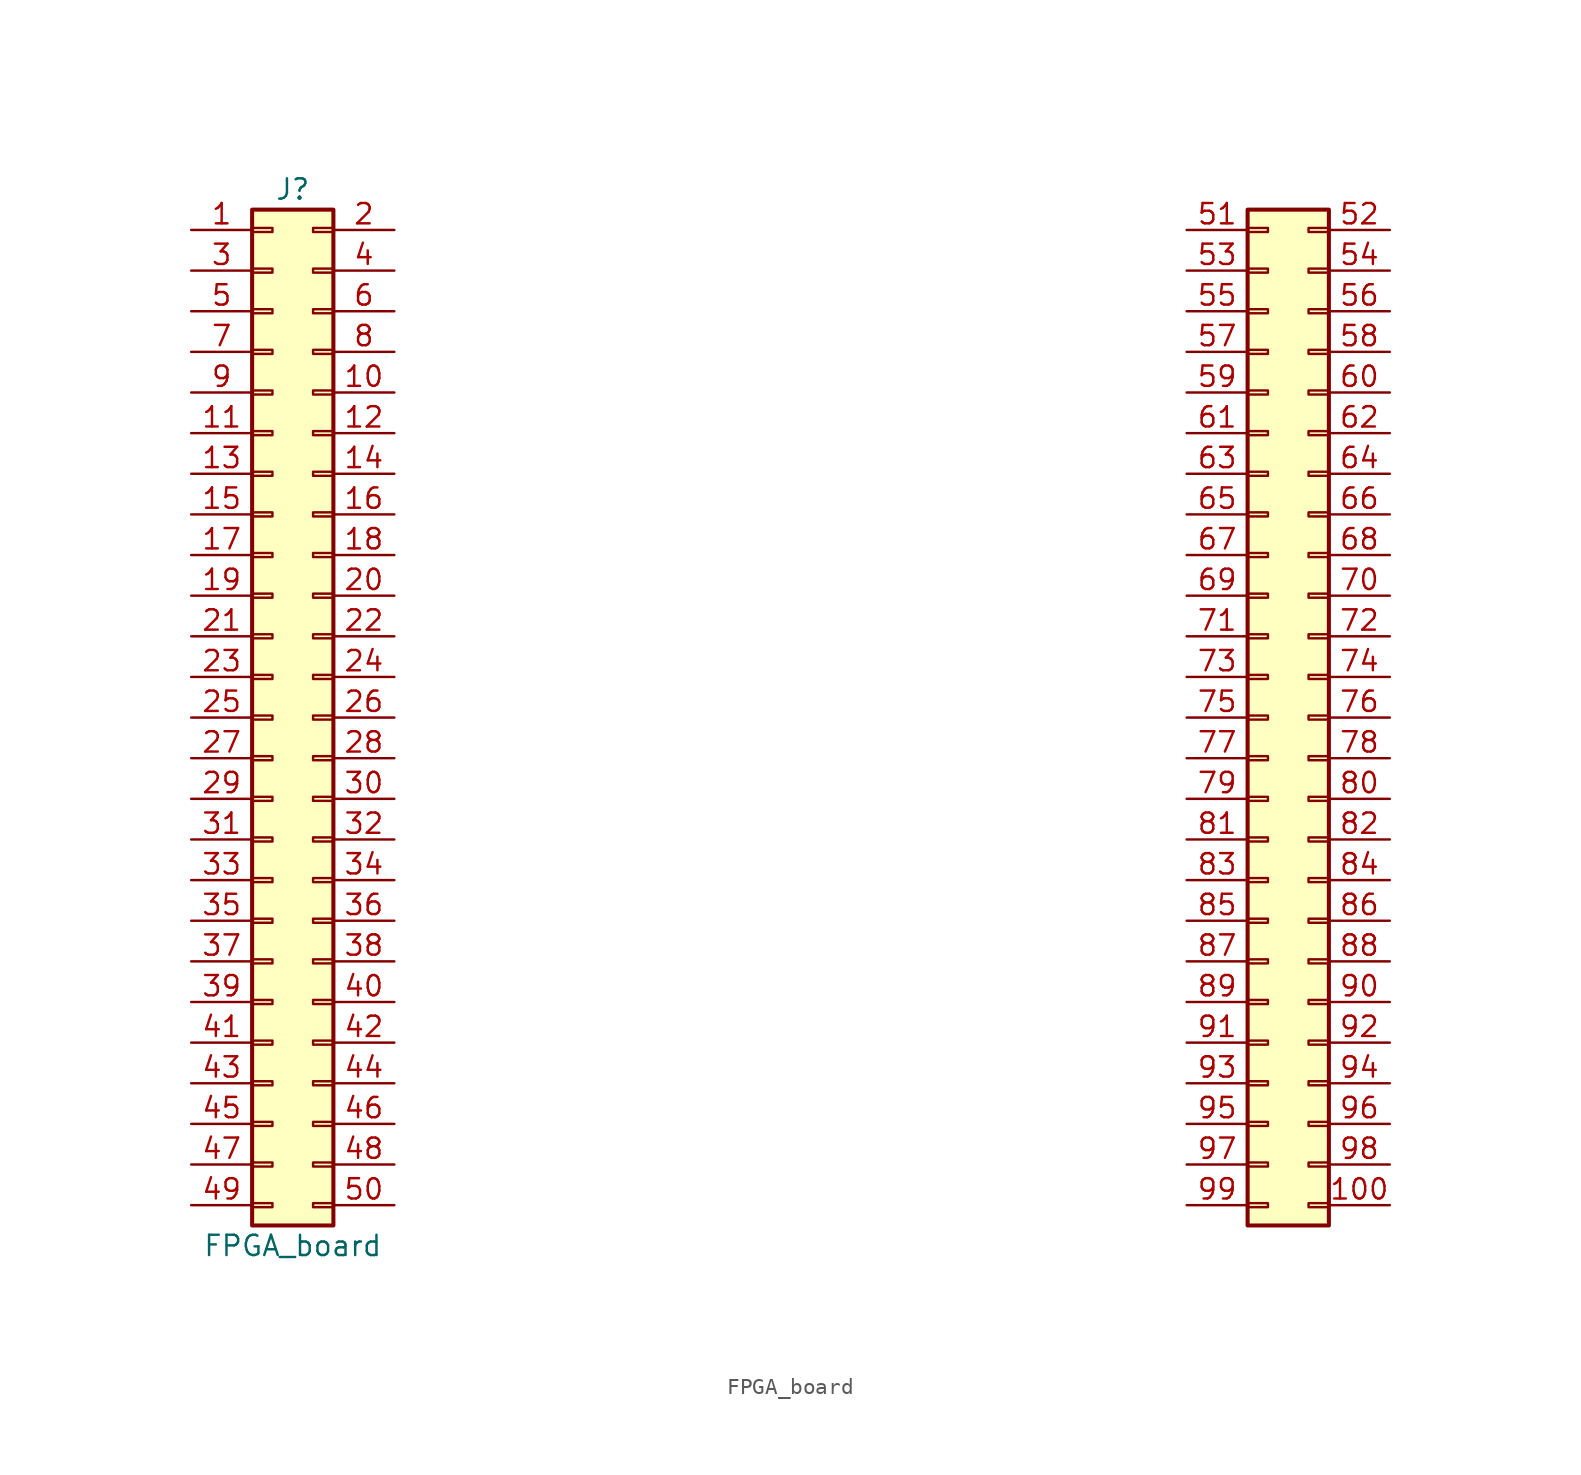
<source format=kicad_sym>
(kicad_symbol_lib
  (version 20231120)
  (generator "kicad_symbol_editor")
  (generator_version "8.0")
  (symbol "FPGA_board"
    (pin_names
      (offset 1.016) hide)
    (property "Reference" "J"
      (at 1.27 33.02 0)
      (effects (font (size 1.27 1.27))))
    (property "Value" "FPGA_board"
      (at 1.27 -33.02 0)
      (effects (font (size 1.27 1.27))))
    (symbol "FPGA_board_1_1"
      (rectangle (start -1.27 -30.353) (end 0 -30.607) (stroke (width 0.152) (type default)) (fill (type none)))
      (rectangle (start -1.27 -27.813) (end 0 -28.067) (stroke (width 0.152) (type default)) (fill (type none)))
      (rectangle (start -1.27 -25.273) (end 0 -25.527) (stroke (width 0.152) (type default)) (fill (type none)))
      (rectangle (start -1.27 -22.733) (end 0 -22.987) (stroke (width 0.152) (type default)) (fill (type none)))
      (rectangle (start -1.27 -20.193) (end 0 -20.447) (stroke (width 0.152) (type default)) (fill (type none)))
      (rectangle (start -1.27 -17.653) (end 0 -17.907) (stroke (width 0.152) (type default)) (fill (type none)))
      (rectangle (start -1.27 -15.113) (end 0 -15.367) (stroke (width 0.152) (type default)) (fill (type none)))
      (rectangle (start -1.27 -12.573) (end 0 -12.827) (stroke (width 0.152) (type default)) (fill (type none)))
      (rectangle (start -1.27 -10.033) (end 0 -10.287) (stroke (width 0.152) (type default)) (fill (type none)))
      (rectangle (start -1.27 -7.493) (end 0 -7.747) (stroke (width 0.152) (type default)) (fill (type none)))
      (rectangle (start -1.27 -4.953) (end 0 -5.207) (stroke (width 0.152) (type default)) (fill (type none)))
      (rectangle (start -1.27 -2.413) (end 0 -2.667) (stroke (width 0.152) (type default)) (fill (type none)))
      (rectangle (start -1.27 0.127) (end 0 -0.127) (stroke (width 0.152) (type default)) (fill (type none)))
      (rectangle (start -1.27 2.667) (end 0 2.413) (stroke (width 0.152) (type default)) (fill (type none)))
      (rectangle (start -1.27 5.207) (end 0 4.953) (stroke (width 0.152) (type default)) (fill (type none)))
      (rectangle (start -1.27 7.747) (end 0 7.493) (stroke (width 0.152) (type default)) (fill (type none)))
      (rectangle (start -1.27 10.287) (end 0 10.033) (stroke (width 0.152) (type default)) (fill (type none)))
      (rectangle (start -1.27 12.827) (end 0 12.573) (stroke (width 0.152) (type default)) (fill (type none)))
      (rectangle (start -1.27 15.367) (end 0 15.113) (stroke (width 0.152) (type default)) (fill (type none)))
      (rectangle (start -1.27 17.907) (end 0 17.653) (stroke (width 0.152) (type default)) (fill (type none)))
      (rectangle (start -1.27 20.447) (end 0 20.193) (stroke (width 0.152) (type default)) (fill (type none)))
      (rectangle (start -1.27 22.987) (end 0 22.733) (stroke (width 0.152) (type default)) (fill (type none)))
      (rectangle (start -1.27 25.527) (end 0 25.273) (stroke (width 0.152) (type default)) (fill (type none)))
      (rectangle (start -1.27 28.067) (end 0 27.813) (stroke (width 0.152) (type default)) (fill (type none)))
      (rectangle (start -1.27 30.607) (end 0 30.353) (stroke (width 0.152) (type default)) (fill (type none)))
      (rectangle (start -1.27 31.75) (end 3.81 -31.75) (stroke (width 0.254) (type default)) (fill (type background)))
      (rectangle (start 3.81 -30.353) (end 2.54 -30.607) (stroke (width 0.152) (type default)) (fill (type none)))
      (rectangle (start 3.81 -27.813) (end 2.54 -28.067) (stroke (width 0.152) (type default)) (fill (type none)))
      (rectangle (start 3.81 -25.273) (end 2.54 -25.527) (stroke (width 0.152) (type default)) (fill (type none)))
      (rectangle (start 3.81 -22.733) (end 2.54 -22.987) (stroke (width 0.152) (type default)) (fill (type none)))
      (rectangle (start 3.81 -20.193) (end 2.54 -20.447) (stroke (width 0.152) (type default)) (fill (type none)))
      (rectangle (start 3.81 -17.653) (end 2.54 -17.907) (stroke (width 0.152) (type default)) (fill (type none)))
      (rectangle (start 3.81 -15.113) (end 2.54 -15.367) (stroke (width 0.152) (type default)) (fill (type none)))
      (rectangle (start 3.81 -12.573) (end 2.54 -12.827) (stroke (width 0.152) (type default)) (fill (type none)))
      (rectangle (start 3.81 -10.033) (end 2.54 -10.287) (stroke (width 0.152) (type default)) (fill (type none)))
      (rectangle (start 3.81 -7.493) (end 2.54 -7.747) (stroke (width 0.152) (type default)) (fill (type none)))
      (rectangle (start 3.81 -4.953) (end 2.54 -5.207) (stroke (width 0.152) (type default)) (fill (type none)))
      (rectangle (start 3.81 -2.413) (end 2.54 -2.667) (stroke (width 0.152) (type default)) (fill (type none)))
      (rectangle (start 3.81 0.127) (end 2.54 -0.127) (stroke (width 0.152) (type default)) (fill (type none)))
      (rectangle (start 3.81 2.667) (end 2.54 2.413) (stroke (width 0.152) (type default)) (fill (type none)))
      (rectangle (start 3.81 5.207) (end 2.54 4.953) (stroke (width 0.152) (type default)) (fill (type none)))
      (rectangle (start 3.81 7.747) (end 2.54 7.493) (stroke (width 0.152) (type default)) (fill (type none)))
      (rectangle (start 3.81 10.287) (end 2.54 10.033) (stroke (width 0.152) (type default)) (fill (type none)))
      (rectangle (start 3.81 12.827) (end 2.54 12.573) (stroke (width 0.152) (type default)) (fill (type none)))
      (rectangle (start 3.81 15.367) (end 2.54 15.113) (stroke (width 0.152) (type default)) (fill (type none)))
      (rectangle (start 3.81 17.907) (end 2.54 17.653) (stroke (width 0.152) (type default)) (fill (type none)))
      (rectangle (start 3.81 20.447) (end 2.54 20.193) (stroke (width 0.152) (type default)) (fill (type none)))
      (rectangle (start 3.81 22.987) (end 2.54 22.733) (stroke (width 0.152) (type default)) (fill (type none)))
      (rectangle (start 3.81 25.527) (end 2.54 25.273) (stroke (width 0.152) (type default)) (fill (type none)))
      (rectangle (start 3.81 28.067) (end 2.54 27.813) (stroke (width 0.152) (type default)) (fill (type none)))
      (rectangle (start 3.81 30.607) (end 2.54 30.353) (stroke (width 0.152) (type default)) (fill (type none)))
      (rectangle (start 60.96 -30.353) (end 62.23 -30.607) (stroke (width 0.152) (type default)) (fill (type none)))
      (rectangle (start 60.96 -27.813) (end 62.23 -28.067) (stroke (width 0.152) (type default)) (fill (type none)))
      (rectangle (start 60.96 -25.273) (end 62.23 -25.527) (stroke (width 0.152) (type default)) (fill (type none)))
      (rectangle (start 60.96 -22.733) (end 62.23 -22.987) (stroke (width 0.152) (type default)) (fill (type none)))
      (rectangle (start 60.96 -20.193) (end 62.23 -20.447) (stroke (width 0.152) (type default)) (fill (type none)))
      (rectangle (start 60.96 -17.653) (end 62.23 -17.907) (stroke (width 0.152) (type default)) (fill (type none)))
      (rectangle (start 60.96 -15.113) (end 62.23 -15.367) (stroke (width 0.152) (type default)) (fill (type none)))
      (rectangle (start 60.96 -12.573) (end 62.23 -12.827) (stroke (width 0.152) (type default)) (fill (type none)))
      (rectangle (start 60.96 -10.033) (end 62.23 -10.287) (stroke (width 0.152) (type default)) (fill (type none)))
      (rectangle (start 60.96 -7.493) (end 62.23 -7.747) (stroke (width 0.152) (type default)) (fill (type none)))
      (rectangle (start 60.96 -4.953) (end 62.23 -5.207) (stroke (width 0.152) (type default)) (fill (type none)))
      (rectangle (start 60.96 -2.413) (end 62.23 -2.667) (stroke (width 0.152) (type default)) (fill (type none)))
      (rectangle (start 60.96 0.127) (end 62.23 -0.127) (stroke (width 0.152) (type default)) (fill (type none)))
      (rectangle (start 60.96 2.667) (end 62.23 2.413) (stroke (width 0.152) (type default)) (fill (type none)))
      (rectangle (start 60.96 5.207) (end 62.23 4.953) (stroke (width 0.152) (type default)) (fill (type none)))
      (rectangle (start 60.96 7.747) (end 62.23 7.493) (stroke (width 0.152) (type default)) (fill (type none)))
      (rectangle (start 60.96 10.287) (end 62.23 10.033) (stroke (width 0.152) (type default)) (fill (type none)))
      (rectangle (start 60.96 12.827) (end 62.23 12.573) (stroke (width 0.152) (type default)) (fill (type none)))
      (rectangle (start 60.96 15.367) (end 62.23 15.113) (stroke (width 0.152) (type default)) (fill (type none)))
      (rectangle (start 60.96 17.907) (end 62.23 17.653) (stroke (width 0.152) (type default)) (fill (type none)))
      (rectangle (start 60.96 20.447) (end 62.23 20.193) (stroke (width 0.152) (type default)) (fill (type none)))
      (rectangle (start 60.96 22.987) (end 62.23 22.733) (stroke (width 0.152) (type default)) (fill (type none)))
      (rectangle (start 60.96 25.527) (end 62.23 25.273) (stroke (width 0.152) (type default)) (fill (type none)))
      (rectangle (start 60.96 28.067) (end 62.23 27.813) (stroke (width 0.152) (type default)) (fill (type none)))
      (rectangle (start 60.96 30.607) (end 62.23 30.353) (stroke (width 0.152) (type default)) (fill (type none)))
      (rectangle (start 60.96 31.75) (end 66.04 -31.75) (stroke (width 0.254) (type default)) (fill (type background)))
      (rectangle (start 66.04 -30.353) (end 64.77 -30.607) (stroke (width 0.152) (type default)) (fill (type none)))
      (rectangle (start 66.04 -27.813) (end 64.77 -28.067) (stroke (width 0.152) (type default)) (fill (type none)))
      (rectangle (start 66.04 -25.273) (end 64.77 -25.527) (stroke (width 0.152) (type default)) (fill (type none)))
      (rectangle (start 66.04 -22.733) (end 64.77 -22.987) (stroke (width 0.152) (type default)) (fill (type none)))
      (rectangle (start 66.04 -20.193) (end 64.77 -20.447) (stroke (width 0.152) (type default)) (fill (type none)))
      (rectangle (start 66.04 -17.653) (end 64.77 -17.907) (stroke (width 0.152) (type default)) (fill (type none)))
      (rectangle (start 66.04 -15.113) (end 64.77 -15.367) (stroke (width 0.152) (type default)) (fill (type none)))
      (rectangle (start 66.04 -12.573) (end 64.77 -12.827) (stroke (width 0.152) (type default)) (fill (type none)))
      (rectangle (start 66.04 -10.033) (end 64.77 -10.287) (stroke (width 0.152) (type default)) (fill (type none)))
      (rectangle (start 66.04 -7.493) (end 64.77 -7.747) (stroke (width 0.152) (type default)) (fill (type none)))
      (rectangle (start 66.04 -4.953) (end 64.77 -5.207) (stroke (width 0.152) (type default)) (fill (type none)))
      (rectangle (start 66.04 -2.413) (end 64.77 -2.667) (stroke (width 0.152) (type default)) (fill (type none)))
      (rectangle (start 66.04 0.127) (end 64.77 -0.127) (stroke (width 0.152) (type default)) (fill (type none)))
      (rectangle (start 66.04 2.667) (end 64.77 2.413) (stroke (width 0.152) (type default)) (fill (type none)))
      (rectangle (start 66.04 5.207) (end 64.77 4.953) (stroke (width 0.152) (type default)) (fill (type none)))
      (rectangle (start 66.04 7.747) (end 64.77 7.493) (stroke (width 0.152) (type default)) (fill (type none)))
      (rectangle (start 66.04 10.287) (end 64.77 10.033) (stroke (width 0.152) (type default)) (fill (type none)))
      (rectangle (start 66.04 12.827) (end 64.77 12.573) (stroke (width 0.152) (type default)) (fill (type none)))
      (rectangle (start 66.04 15.367) (end 64.77 15.113) (stroke (width 0.152) (type default)) (fill (type none)))
      (rectangle (start 66.04 17.907) (end 64.77 17.653) (stroke (width 0.152) (type default)) (fill (type none)))
      (rectangle (start 66.04 20.447) (end 64.77 20.193) (stroke (width 0.152) (type default)) (fill (type none)))
      (rectangle (start 66.04 22.987) (end 64.77 22.733) (stroke (width 0.152) (type default)) (fill (type none)))
      (rectangle (start 66.04 25.527) (end 64.77 25.273) (stroke (width 0.152) (type default)) (fill (type none)))
      (rectangle (start 66.04 28.067) (end 64.77 27.813) (stroke (width 0.152) (type default)) (fill (type none)))
      (rectangle (start 66.04 30.607) (end 64.77 30.353) (stroke (width 0.152) (type default)) (fill (type none)))
      (pin passive line (at -5.08 30.48 0) (length 3.81) (name "Pin_1" (effects (font (size 1.27 1.27)))) (number "1" (effects (font (size 1.27 1.27)))))
      (pin passive line (at 7.62 20.32 180) (length 3.81) (name "Pin_10" (effects (font (size 1.27 1.27)))) (number "10" (effects (font (size 1.27 1.27)))))
      (pin passive line (at 69.85 -30.48 180) (length 3.81) (name "Pin_50" (effects (font (size 1.27 1.27)))) (number "100" (effects (font (size 1.27 1.27)))))
      (pin passive line (at -5.08 17.78 0) (length 3.81) (name "Pin_11" (effects (font (size 1.27 1.27)))) (number "11" (effects (font (size 1.27 1.27)))))
      (pin passive line (at 7.62 17.78 180) (length 3.81) (name "Pin_12" (effects (font (size 1.27 1.27)))) (number "12" (effects (font (size 1.27 1.27)))))
      (pin passive line (at -5.08 15.24 0) (length 3.81) (name "Pin_13" (effects (font (size 1.27 1.27)))) (number "13" (effects (font (size 1.27 1.27)))))
      (pin passive line (at 7.62 15.24 180) (length 3.81) (name "Pin_14" (effects (font (size 1.27 1.27)))) (number "14" (effects (font (size 1.27 1.27)))))
      (pin passive line (at -5.08 12.7 0) (length 3.81) (name "Pin_15" (effects (font (size 1.27 1.27)))) (number "15" (effects (font (size 1.27 1.27)))))
      (pin passive line (at 7.62 12.7 180) (length 3.81) (name "Pin_16" (effects (font (size 1.27 1.27)))) (number "16" (effects (font (size 1.27 1.27)))))
      (pin passive line (at -5.08 10.16 0) (length 3.81) (name "Pin_17" (effects (font (size 1.27 1.27)))) (number "17" (effects (font (size 1.27 1.27)))))
      (pin passive line (at 7.62 10.16 180) (length 3.81) (name "Pin_18" (effects (font (size 1.27 1.27)))) (number "18" (effects (font (size 1.27 1.27)))))
      (pin passive line (at -5.08 7.62 0) (length 3.81) (name "Pin_19" (effects (font (size 1.27 1.27)))) (number "19" (effects (font (size 1.27 1.27)))))
      (pin passive line (at 7.62 30.48 180) (length 3.81) (name "Pin_2" (effects (font (size 1.27 1.27)))) (number "2" (effects (font (size 1.27 1.27)))))
      (pin passive line (at 7.62 7.62 180) (length 3.81) (name "Pin_20" (effects (font (size 1.27 1.27)))) (number "20" (effects (font (size 1.27 1.27)))))
      (pin passive line (at -5.08 5.08 0) (length 3.81) (name "Pin_21" (effects (font (size 1.27 1.27)))) (number "21" (effects (font (size 1.27 1.27)))))
      (pin passive line (at 7.62 5.08 180) (length 3.81) (name "Pin_22" (effects (font (size 1.27 1.27)))) (number "22" (effects (font (size 1.27 1.27)))))
      (pin passive line (at -5.08 2.54 0) (length 3.81) (name "Pin_23" (effects (font (size 1.27 1.27)))) (number "23" (effects (font (size 1.27 1.27)))))
      (pin passive line (at 7.62 2.54 180) (length 3.81) (name "Pin_24" (effects (font (size 1.27 1.27)))) (number "24" (effects (font (size 1.27 1.27)))))
      (pin passive line (at -5.08 0 0) (length 3.81) (name "Pin_25" (effects (font (size 1.27 1.27)))) (number "25" (effects (font (size 1.27 1.27)))))
      (pin passive line (at 7.62 0 180) (length 3.81) (name "Pin_26" (effects (font (size 1.27 1.27)))) (number "26" (effects (font (size 1.27 1.27)))))
      (pin passive line (at -5.08 -2.54 0) (length 3.81) (name "Pin_27" (effects (font (size 1.27 1.27)))) (number "27" (effects (font (size 1.27 1.27)))))
      (pin passive line (at 7.62 -2.54 180) (length 3.81) (name "Pin_28" (effects (font (size 1.27 1.27)))) (number "28" (effects (font (size 1.27 1.27)))))
      (pin passive line (at -5.08 -5.08 0) (length 3.81) (name "Pin_29" (effects (font (size 1.27 1.27)))) (number "29" (effects (font (size 1.27 1.27)))))
      (pin passive line (at -5.08 27.94 0) (length 3.81) (name "Pin_3" (effects (font (size 1.27 1.27)))) (number "3" (effects (font (size 1.27 1.27)))))
      (pin passive line (at 7.62 -5.08 180) (length 3.81) (name "Pin_30" (effects (font (size 1.27 1.27)))) (number "30" (effects (font (size 1.27 1.27)))))
      (pin passive line (at -5.08 -7.62 0) (length 3.81) (name "Pin_31" (effects (font (size 1.27 1.27)))) (number "31" (effects (font (size 1.27 1.27)))))
      (pin passive line (at 7.62 -7.62 180) (length 3.81) (name "Pin_32" (effects (font (size 1.27 1.27)))) (number "32" (effects (font (size 1.27 1.27)))))
      (pin passive line (at -5.08 -10.16 0) (length 3.81) (name "Pin_33" (effects (font (size 1.27 1.27)))) (number "33" (effects (font (size 1.27 1.27)))))
      (pin passive line (at 7.62 -10.16 180) (length 3.81) (name "Pin_34" (effects (font (size 1.27 1.27)))) (number "34" (effects (font (size 1.27 1.27)))))
      (pin passive line (at -5.08 -12.7 0) (length 3.81) (name "Pin_35" (effects (font (size 1.27 1.27)))) (number "35" (effects (font (size 1.27 1.27)))))
      (pin passive line (at 7.62 -12.7 180) (length 3.81) (name "Pin_36" (effects (font (size 1.27 1.27)))) (number "36" (effects (font (size 1.27 1.27)))))
      (pin passive line (at -5.08 -15.24 0) (length 3.81) (name "Pin_37" (effects (font (size 1.27 1.27)))) (number "37" (effects (font (size 1.27 1.27)))))
      (pin passive line (at 7.62 -15.24 180) (length 3.81) (name "Pin_38" (effects (font (size 1.27 1.27)))) (number "38" (effects (font (size 1.27 1.27)))))
      (pin passive line (at -5.08 -17.78 0) (length 3.81) (name "Pin_39" (effects (font (size 1.27 1.27)))) (number "39" (effects (font (size 1.27 1.27)))))
      (pin passive line (at 7.62 27.94 180) (length 3.81) (name "Pin_4" (effects (font (size 1.27 1.27)))) (number "4" (effects (font (size 1.27 1.27)))))
      (pin passive line (at 7.62 -17.78 180) (length 3.81) (name "Pin_40" (effects (font (size 1.27 1.27)))) (number "40" (effects (font (size 1.27 1.27)))))
      (pin passive line (at -5.08 -20.32 0) (length 3.81) (name "Pin_41" (effects (font (size 1.27 1.27)))) (number "41" (effects (font (size 1.27 1.27)))))
      (pin passive line (at 7.62 -20.32 180) (length 3.81) (name "Pin_42" (effects (font (size 1.27 1.27)))) (number "42" (effects (font (size 1.27 1.27)))))
      (pin passive line (at -5.08 -22.86 0) (length 3.81) (name "Pin_43" (effects (font (size 1.27 1.27)))) (number "43" (effects (font (size 1.27 1.27)))))
      (pin passive line (at 7.62 -22.86 180) (length 3.81) (name "Pin_44" (effects (font (size 1.27 1.27)))) (number "44" (effects (font (size 1.27 1.27)))))
      (pin passive line (at -5.08 -25.4 0) (length 3.81) (name "Pin_45" (effects (font (size 1.27 1.27)))) (number "45" (effects (font (size 1.27 1.27)))))
      (pin passive line (at 7.62 -25.4 180) (length 3.81) (name "Pin_46" (effects (font (size 1.27 1.27)))) (number "46" (effects (font (size 1.27 1.27)))))
      (pin passive line (at -5.08 -27.94 0) (length 3.81) (name "Pin_47" (effects (font (size 1.27 1.27)))) (number "47" (effects (font (size 1.27 1.27)))))
      (pin passive line (at 7.62 -27.94 180) (length 3.81) (name "Pin_48" (effects (font (size 1.27 1.27)))) (number "48" (effects (font (size 1.27 1.27)))))
      (pin passive line (at -5.08 -30.48 0) (length 3.81) (name "Pin_49" (effects (font (size 1.27 1.27)))) (number "49" (effects (font (size 1.27 1.27)))))
      (pin passive line (at -5.08 25.4 0) (length 3.81) (name "Pin_5" (effects (font (size 1.27 1.27)))) (number "5" (effects (font (size 1.27 1.27)))))
      (pin passive line (at 7.62 -30.48 180) (length 3.81) (name "Pin_50" (effects (font (size 1.27 1.27)))) (number "50" (effects (font (size 1.27 1.27)))))
      (pin passive line (at 57.15 30.48 0) (length 3.81) (name "Pin_1" (effects (font (size 1.27 1.27)))) (number "51" (effects (font (size 1.27 1.27)))))
      (pin passive line (at 69.85 30.48 180) (length 3.81) (name "Pin_2" (effects (font (size 1.27 1.27)))) (number "52" (effects (font (size 1.27 1.27)))))
      (pin passive line (at 57.15 27.94 0) (length 3.81) (name "Pin_3" (effects (font (size 1.27 1.27)))) (number "53" (effects (font (size 1.27 1.27)))))
      (pin passive line (at 69.85 27.94 180) (length 3.81) (name "Pin_4" (effects (font (size 1.27 1.27)))) (number "54" (effects (font (size 1.27 1.27)))))
      (pin passive line (at 57.15 25.4 0) (length 3.81) (name "Pin_5" (effects (font (size 1.27 1.27)))) (number "55" (effects (font (size 1.27 1.27)))))
      (pin passive line (at 69.85 25.4 180) (length 3.81) (name "Pin_6" (effects (font (size 1.27 1.27)))) (number "56" (effects (font (size 1.27 1.27)))))
      (pin passive line (at 57.15 22.86 0) (length 3.81) (name "Pin_7" (effects (font (size 1.27 1.27)))) (number "57" (effects (font (size 1.27 1.27)))))
      (pin passive line (at 69.85 22.86 180) (length 3.81) (name "Pin_8" (effects (font (size 1.27 1.27)))) (number "58" (effects (font (size 1.27 1.27)))))
      (pin passive line (at 57.15 20.32 0) (length 3.81) (name "Pin_9" (effects (font (size 1.27 1.27)))) (number "59" (effects (font (size 1.27 1.27)))))
      (pin passive line (at 7.62 25.4 180) (length 3.81) (name "Pin_6" (effects (font (size 1.27 1.27)))) (number "6" (effects (font (size 1.27 1.27)))))
      (pin passive line (at 69.85 20.32 180) (length 3.81) (name "Pin_10" (effects (font (size 1.27 1.27)))) (number "60" (effects (font (size 1.27 1.27)))))
      (pin passive line (at 57.15 17.78 0) (length 3.81) (name "Pin_11" (effects (font (size 1.27 1.27)))) (number "61" (effects (font (size 1.27 1.27)))))
      (pin passive line (at 69.85 17.78 180) (length 3.81) (name "Pin_12" (effects (font (size 1.27 1.27)))) (number "62" (effects (font (size 1.27 1.27)))))
      (pin passive line (at 57.15 15.24 0) (length 3.81) (name "Pin_13" (effects (font (size 1.27 1.27)))) (number "63" (effects (font (size 1.27 1.27)))))
      (pin passive line (at 69.85 15.24 180) (length 3.81) (name "Pin_14" (effects (font (size 1.27 1.27)))) (number "64" (effects (font (size 1.27 1.27)))))
      (pin passive line (at 57.15 12.7 0) (length 3.81) (name "Pin_15" (effects (font (size 1.27 1.27)))) (number "65" (effects (font (size 1.27 1.27)))))
      (pin passive line (at 69.85 12.7 180) (length 3.81) (name "Pin_16" (effects (font (size 1.27 1.27)))) (number "66" (effects (font (size 1.27 1.27)))))
      (pin passive line (at 57.15 10.16 0) (length 3.81) (name "Pin_17" (effects (font (size 1.27 1.27)))) (number "67" (effects (font (size 1.27 1.27)))))
      (pin passive line (at 69.85 10.16 180) (length 3.81) (name "Pin_18" (effects (font (size 1.27 1.27)))) (number "68" (effects (font (size 1.27 1.27)))))
      (pin passive line (at 57.15 7.62 0) (length 3.81) (name "Pin_19" (effects (font (size 1.27 1.27)))) (number "69" (effects (font (size 1.27 1.27)))))
      (pin passive line (at -5.08 22.86 0) (length 3.81) (name "Pin_7" (effects (font (size 1.27 1.27)))) (number "7" (effects (font (size 1.27 1.27)))))
      (pin passive line (at 69.85 7.62 180) (length 3.81) (name "Pin_20" (effects (font (size 1.27 1.27)))) (number "70" (effects (font (size 1.27 1.27)))))
      (pin passive line (at 57.15 5.08 0) (length 3.81) (name "Pin_21" (effects (font (size 1.27 1.27)))) (number "71" (effects (font (size 1.27 1.27)))))
      (pin passive line (at 69.85 5.08 180) (length 3.81) (name "Pin_22" (effects (font (size 1.27 1.27)))) (number "72" (effects (font (size 1.27 1.27)))))
      (pin passive line (at 57.15 2.54 0) (length 3.81) (name "Pin_23" (effects (font (size 1.27 1.27)))) (number "73" (effects (font (size 1.27 1.27)))))
      (pin passive line (at 69.85 2.54 180) (length 3.81) (name "Pin_24" (effects (font (size 1.27 1.27)))) (number "74" (effects (font (size 1.27 1.27)))))
      (pin passive line (at 57.15 0 0) (length 3.81) (name "Pin_25" (effects (font (size 1.27 1.27)))) (number "75" (effects (font (size 1.27 1.27)))))
      (pin passive line (at 69.85 0 180) (length 3.81) (name "Pin_26" (effects (font (size 1.27 1.27)))) (number "76" (effects (font (size 1.27 1.27)))))
      (pin passive line (at 57.15 -2.54 0) (length 3.81) (name "Pin_27" (effects (font (size 1.27 1.27)))) (number "77" (effects (font (size 1.27 1.27)))))
      (pin passive line (at 69.85 -2.54 180) (length 3.81) (name "Pin_28" (effects (font (size 1.27 1.27)))) (number "78" (effects (font (size 1.27 1.27)))))
      (pin passive line (at 57.15 -5.08 0) (length 3.81) (name "Pin_29" (effects (font (size 1.27 1.27)))) (number "79" (effects (font (size 1.27 1.27)))))
      (pin passive line (at 7.62 22.86 180) (length 3.81) (name "Pin_8" (effects (font (size 1.27 1.27)))) (number "8" (effects (font (size 1.27 1.27)))))
      (pin passive line (at 69.85 -5.08 180) (length 3.81) (name "Pin_30" (effects (font (size 1.27 1.27)))) (number "80" (effects (font (size 1.27 1.27)))))
      (pin passive line (at 57.15 -7.62 0) (length 3.81) (name "Pin_31" (effects (font (size 1.27 1.27)))) (number "81" (effects (font (size 1.27 1.27)))))
      (pin passive line (at 69.85 -7.62 180) (length 3.81) (name "Pin_32" (effects (font (size 1.27 1.27)))) (number "82" (effects (font (size 1.27 1.27)))))
      (pin passive line (at 57.15 -10.16 0) (length 3.81) (name "Pin_33" (effects (font (size 1.27 1.27)))) (number "83" (effects (font (size 1.27 1.27)))))
      (pin passive line (at 69.85 -10.16 180) (length 3.81) (name "Pin_34" (effects (font (size 1.27 1.27)))) (number "84" (effects (font (size 1.27 1.27)))))
      (pin passive line (at 57.15 -12.7 0) (length 3.81) (name "Pin_35" (effects (font (size 1.27 1.27)))) (number "85" (effects (font (size 1.27 1.27)))))
      (pin passive line (at 69.85 -12.7 180) (length 3.81) (name "Pin_36" (effects (font (size 1.27 1.27)))) (number "86" (effects (font (size 1.27 1.27)))))
      (pin passive line (at 57.15 -15.24 0) (length 3.81) (name "Pin_37" (effects (font (size 1.27 1.27)))) (number "87" (effects (font (size 1.27 1.27)))))
      (pin passive line (at 69.85 -15.24 180) (length 3.81) (name "Pin_38" (effects (font (size 1.27 1.27)))) (number "88" (effects (font (size 1.27 1.27)))))
      (pin passive line (at 57.15 -17.78 0) (length 3.81) (name "Pin_39" (effects (font (size 1.27 1.27)))) (number "89" (effects (font (size 1.27 1.27)))))
      (pin passive line (at -5.08 20.32 0) (length 3.81) (name "Pin_9" (effects (font (size 1.27 1.27)))) (number "9" (effects (font (size 1.27 1.27)))))
      (pin passive line (at 69.85 -17.78 180) (length 3.81) (name "Pin_40" (effects (font (size 1.27 1.27)))) (number "90" (effects (font (size 1.27 1.27)))))
      (pin passive line (at 57.15 -20.32 0) (length 3.81) (name "Pin_41" (effects (font (size 1.27 1.27)))) (number "91" (effects (font (size 1.27 1.27)))))
      (pin passive line (at 69.85 -20.32 180) (length 3.81) (name "Pin_42" (effects (font (size 1.27 1.27)))) (number "92" (effects (font (size 1.27 1.27)))))
      (pin passive line (at 57.15 -22.86 0) (length 3.81) (name "Pin_43" (effects (font (size 1.27 1.27)))) (number "93" (effects (font (size 1.27 1.27)))))
      (pin passive line (at 69.85 -22.86 180) (length 3.81) (name "Pin_44" (effects (font (size 1.27 1.27)))) (number "94" (effects (font (size 1.27 1.27)))))
      (pin passive line (at 57.15 -25.4 0) (length 3.81) (name "Pin_45" (effects (font (size 1.27 1.27)))) (number "95" (effects (font (size 1.27 1.27)))))
      (pin passive line (at 69.85 -25.4 180) (length 3.81) (name "Pin_46" (effects (font (size 1.27 1.27)))) (number "96" (effects (font (size 1.27 1.27)))))
      (pin passive line (at 57.15 -27.94 0) (length 3.81) (name "Pin_47" (effects (font (size 1.27 1.27)))) (number "97" (effects (font (size 1.27 1.27)))))
      (pin passive line (at 69.85 -27.94 180) (length 3.81) (name "Pin_48" (effects (font (size 1.27 1.27)))) (number "98" (effects (font (size 1.27 1.27)))))
      (pin passive line (at 57.15 -30.48 0) (length 3.81) (name "Pin_49" (effects (font (size 1.27 1.27)))) (number "99" (effects (font (size 1.27 1.27))))))))
</source>
